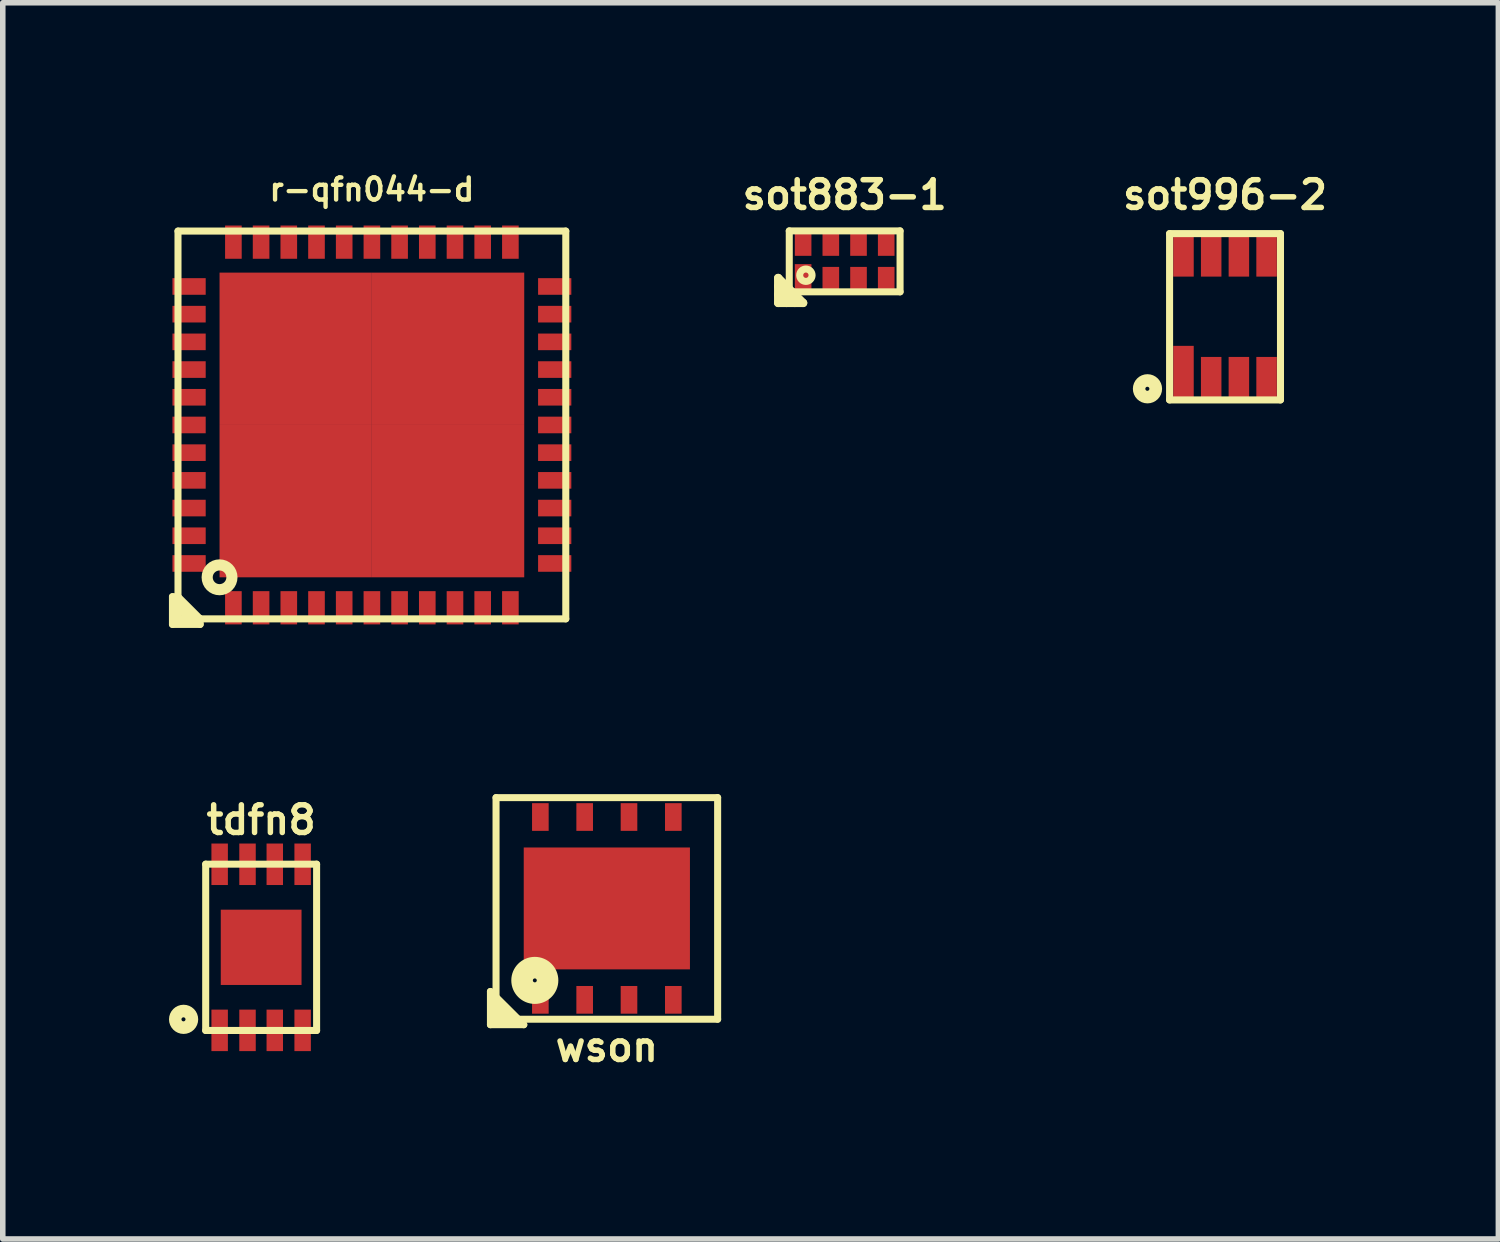
<source format=kicad_pcb>
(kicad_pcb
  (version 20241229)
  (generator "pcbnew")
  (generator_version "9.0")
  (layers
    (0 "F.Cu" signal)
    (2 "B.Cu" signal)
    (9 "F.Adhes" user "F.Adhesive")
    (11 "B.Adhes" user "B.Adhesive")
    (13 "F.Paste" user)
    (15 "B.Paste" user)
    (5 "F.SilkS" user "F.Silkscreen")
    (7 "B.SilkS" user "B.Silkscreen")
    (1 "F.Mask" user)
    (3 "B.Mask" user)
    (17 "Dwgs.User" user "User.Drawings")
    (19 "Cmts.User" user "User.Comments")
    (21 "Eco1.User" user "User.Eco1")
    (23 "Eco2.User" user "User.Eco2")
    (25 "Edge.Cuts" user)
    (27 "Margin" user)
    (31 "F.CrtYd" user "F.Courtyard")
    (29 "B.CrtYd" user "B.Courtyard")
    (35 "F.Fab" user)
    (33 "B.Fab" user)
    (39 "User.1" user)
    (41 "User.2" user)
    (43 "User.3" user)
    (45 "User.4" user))
  (footprint "r-qfn044-d"
    (layer "F.Cu")
    (at 3.663 4.621)
    (property "Reference" "r-qfn044-d" (at 0 -4.25 0) (layer "F.SilkS") (effects (font (size 0.399 0.399) (thickness 0.079))))
    (attr through_hole)
    (fp_line (start -3.6 3.1) (end -3.6 3.6) (stroke (width 0.127) (type solid)) (layer "F.SilkS"))
    (fp_line (start -3.6 3.6) (end -3.1 3.6) (stroke (width 0.127) (type solid)) (layer "F.SilkS"))
    (fp_line (start -3.5 -3.5) (end -3.5 3.5) (stroke (width 0.127) (type solid)) (layer "F.SilkS"))
    (fp_line (start -3.5 3.1) (end -3.6 3.1) (stroke (width 0.127) (type solid)) (layer "F.SilkS"))
    (fp_line (start -3.5 3.1) (end -3.1 3.5) (stroke (width 0.127) (type solid)) (layer "F.SilkS"))
    (fp_line (start -3.5 3.2) (end -3.5 3.3) (stroke (width 0.127) (type solid)) (layer "F.SilkS"))
    (fp_line (start -3.5 3.3) (end -3.3 3.5) (stroke (width 0.127) (type solid)) (layer "F.SilkS"))
    (fp_line (start -3.5 3.5) (end 3.5 3.5) (stroke (width 0.127) (type solid)) (layer "F.SilkS"))
    (fp_line (start -3.2 3.5) (end -3.5 3.2) (stroke (width 0.127) (type solid)) (layer "F.SilkS"))
    (fp_line (start -3.1 3.5) (end -3.2 3.5) (stroke (width 0.127) (type solid)) (layer "F.SilkS"))
    (fp_line (start -3.1 3.6) (end -3.1 3.5) (stroke (width 0.127) (type solid)) (layer "F.SilkS"))
    (fp_line (start 3.5 -3.5) (end -3.5 -3.5) (stroke (width 0.127) (type solid)) (layer "F.SilkS"))
    (fp_line (start 3.5 3.5) (end 3.5 -3.5) (stroke (width 0.127) (type solid)) (layer "F.SilkS"))
    (fp_circle (center -2.75 2.75) (end -2.55 2.85) (stroke (width 0.201) (type solid)) (fill no) (layer "F.SilkS"))
    (pad "1" smd rect (at -2.5 3.3) (size 0.3 0.6) (layers "F.Cu" "F.Mask" "F.Paste"))
    (pad "2" smd rect (at -2 3.3) (size 0.3 0.6) (layers "F.Cu" "F.Mask" "F.Paste"))
    (pad "3" smd rect (at -1.5 3.3) (size 0.3 0.6) (layers "F.Cu" "F.Mask" "F.Paste"))
    (pad "4" smd rect (at -1 3.3) (size 0.3 0.6) (layers "F.Cu" "F.Mask" "F.Paste"))
    (pad "5" smd rect (at -0.5 3.3) (size 0.3 0.6) (layers "F.Cu" "F.Mask" "F.Paste"))
    (pad "6" smd rect (at 0 3.3) (size 0.3 0.6) (layers "F.Cu" "F.Mask" "F.Paste"))
    (pad "7" smd rect (at 0.5 3.3) (size 0.3 0.6) (layers "F.Cu" "F.Mask" "F.Paste"))
    (pad "8" smd rect (at 1 3.3) (size 0.3 0.6) (layers "F.Cu" "F.Mask" "F.Paste"))
    (pad "9" smd rect (at 1.5 3.3) (size 0.3 0.6) (layers "F.Cu" "F.Mask" "F.Paste"))
    (pad "10" smd rect (at 2 3.3) (size 0.3 0.6) (layers "F.Cu" "F.Mask" "F.Paste"))
    (pad "11" smd rect (at 2.5 3.3) (size 0.3 0.6) (layers "F.Cu" "F.Mask" "F.Paste"))
    (pad "12" smd rect (at 3.3 2.5) (size 0.6 0.3) (layers "F.Cu" "F.Mask" "F.Paste"))
    (pad "13" smd rect (at 3.3 2) (size 0.6 0.3) (layers "F.Cu" "F.Mask" "F.Paste"))
    (pad "14" smd rect (at 3.3 1.5) (size 0.6 0.3) (layers "F.Cu" "F.Mask" "F.Paste"))
    (pad "15" smd rect (at 3.3 1) (size 0.6 0.3) (layers "F.Cu" "F.Mask" "F.Paste"))
    (pad "16" smd rect (at 3.3 0.5) (size 0.6 0.3) (layers "F.Cu" "F.Mask" "F.Paste"))
    (pad "17" smd rect (at 3.3 0) (size 0.6 0.3) (layers "F.Cu" "F.Mask" "F.Paste"))
    (pad "18" smd rect (at 3.3 -0.5) (size 0.6 0.3) (layers "F.Cu" "F.Mask" "F.Paste"))
    (pad "19" smd rect (at 3.3 -1) (size 0.6 0.3) (layers "F.Cu" "F.Mask" "F.Paste"))
    (pad "20" smd rect (at 3.3 -1.5) (size 0.6 0.3) (layers "F.Cu" "F.Mask" "F.Paste"))
    (pad "21" smd rect (at 3.3 -2) (size 0.6 0.3) (layers "F.Cu" "F.Mask" "F.Paste"))
    (pad "22" smd rect (at 3.3 -2.5) (size 0.6 0.3) (layers "F.Cu" "F.Mask" "F.Paste"))
    (pad "23" smd rect (at 2.5 -3.3) (size 0.3 0.6) (layers "F.Cu" "F.Mask" "F.Paste"))
    (pad "24" smd rect (at 2 -3.3) (size 0.3 0.6) (layers "F.Cu" "F.Mask" "F.Paste"))
    (pad "25" smd rect (at 1.5 -3.3) (size 0.3 0.6) (layers "F.Cu" "F.Mask" "F.Paste"))
    (pad "26" smd rect (at 1 -3.3) (size 0.3 0.6) (layers "F.Cu" "F.Mask" "F.Paste"))
    (pad "27" smd rect (at 0.5 -3.3) (size 0.3 0.6) (layers "F.Cu" "F.Mask" "F.Paste"))
    (pad "28" smd rect (at 0 -3.3) (size 0.3 0.6) (layers "F.Cu" "F.Mask" "F.Paste"))
    (pad "29" smd rect (at -0.5 -3.3) (size 0.3 0.6) (layers "F.Cu" "F.Mask" "F.Paste"))
    (pad "30" smd rect (at -1 -3.3) (size 0.3 0.6) (layers "F.Cu" "F.Mask" "F.Paste"))
    (pad "31" smd rect (at -1.5 -3.3) (size 0.3 0.6) (layers "F.Cu" "F.Mask" "F.Paste"))
    (pad "32" smd rect (at -2 -3.3) (size 0.3 0.6) (layers "F.Cu" "F.Mask" "F.Paste"))
    (pad "33" smd rect (at -2.5 -3.3) (size 0.3 0.6) (layers "F.Cu" "F.Mask" "F.Paste"))
    (pad "34" smd rect (at -3.3 -2.5) (size 0.6 0.3) (layers "F.Cu" "F.Mask" "F.Paste"))
    (pad "35" smd rect (at -3.3 -2) (size 0.6 0.3) (layers "F.Cu" "F.Mask" "F.Paste"))
    (pad "36" smd rect (at -3.3 -1.5) (size 0.6 0.3) (layers "F.Cu" "F.Mask" "F.Paste"))
    (pad "37" smd rect (at -3.3 -1) (size 0.6 0.3) (layers "F.Cu" "F.Mask" "F.Paste"))
    (pad "38" smd rect (at -3.3 -0.5) (size 0.6 0.3) (layers "F.Cu" "F.Mask" "F.Paste"))
    (pad "39" smd rect (at -3.3 0) (size 0.6 0.3) (layers "F.Cu" "F.Mask" "F.Paste"))
    (pad "40" smd rect (at -3.3 0.5) (size 0.6 0.3) (layers "F.Cu" "F.Mask" "F.Paste"))
    (pad "41" smd rect (at -3.3 1) (size 0.6 0.3) (layers "F.Cu" "F.Mask" "F.Paste"))
    (pad "42" smd rect (at -3.3 1.5) (size 0.6 0.3) (layers "F.Cu" "F.Mask" "F.Paste"))
    (pad "43" smd rect (at -3.3 2) (size 0.6 0.3) (layers "F.Cu" "F.Mask" "F.Paste"))
    (pad "44" smd rect (at -3.3 2.5) (size 0.6 0.3) (layers "F.Cu" "F.Mask" "F.Paste"))
    (pad "45" smd rect (at -1.375 -1.375) (size 2.75 2.75) (layers "F.Cu" "F.Mask" "F.Paste"))
    (pad "45" smd rect (at -1.375 1.375) (size 2.75 2.75) (layers "F.Cu" "F.Mask" "F.Paste"))
    (pad "45" smd rect (at 1.375 -1.375) (size 2.75 2.75) (layers "F.Cu" "F.Mask" "F.Paste"))
    (pad "45" smd rect (at 1.375 1.375) (size 2.75 2.75) (layers "F.Cu" "F.Mask" "F.Paste")))
  (footprint "tdfn8"
    (layer "F.Cu")
    (at 1.664 14.05)
    (property "Reference" "tdfn8" (at 0 -2.299 0) (layer "F.SilkS") (effects (font (size 0.5 0.5) (thickness 0.099))))
    (attr through_hole)
    (fp_line (start -1.001 -1.501) (end 1.001 -1.501) (stroke (width 0.127) (type solid)) (layer "F.SilkS"))
    (fp_line (start -1.001 1.501) (end -1.001 -1.501) (stroke (width 0.127) (type solid)) (layer "F.SilkS"))
    (fp_line (start -1.001 1.501) (end 1.001 1.501) (stroke (width 0.127) (type solid)) (layer "F.SilkS"))
    (fp_line (start 1.001 -1.501) (end 1.001 1.501) (stroke (width 0.127) (type solid)) (layer "F.SilkS"))
    (fp_circle (center -1.402 1.3) (end -1.402 1.4) (stroke (width 0.127) (type solid)) (fill no) (layer "F.SilkS"))
    (fp_circle (center -1.4 1.3) (end -1.6 1.3) (stroke (width 0.127) (type solid)) (fill no) (layer "F.SilkS"))
    (pad "1" smd rect (at -0.749 1.499) (size 0.297 0.749) (layers "F.Cu" "F.Mask" "F.Paste"))
    (pad "2" smd rect (at -0.246 1.499) (size 0.297 0.749) (layers "F.Cu" "F.Mask" "F.Paste"))
    (pad "3" smd rect (at 0.246 1.499) (size 0.297 0.749) (layers "F.Cu" "F.Mask" "F.Paste"))
    (pad "4" smd rect (at 0.749 1.499) (size 0.297 0.749) (layers "F.Cu" "F.Mask" "F.Paste"))
    (pad "5" smd rect (at 0.749 -1.499) (size 0.297 0.749) (layers "F.Cu" "F.Mask" "F.Paste"))
    (pad "6" smd rect (at 0.246 -1.499) (size 0.297 0.749) (layers "F.Cu" "F.Mask" "F.Paste"))
    (pad "7" smd rect (at -0.246 -1.499) (size 0.297 0.749) (layers "F.Cu" "F.Mask" "F.Paste"))
    (pad "8" smd rect (at -0.749 -1.499) (size 0.297 0.749) (layers "F.Cu" "F.Mask" "F.Paste"))
    (pad "9" smd rect (at 0 0) (size 1.458 1.359) (layers "F.Cu" "F.Mask" "F.Paste")))
  (footprint "sot996-2"
    (layer "F.Cu")
    (at 19.063 2.668)
    (property "Reference" "sot996-2" (at 0 -2.2 0) (layer "F.SilkS") (effects (font (size 0.5 0.5) (thickness 0.1))))
    (attr through_hole)
    (fp_line (start -1.001 -1.501) (end 1.001 -1.501) (stroke (width 0.127) (type solid)) (layer "F.SilkS"))
    (fp_line (start -1.001 1.501) (end -1.001 -1.501) (stroke (width 0.127) (type solid)) (layer "F.SilkS"))
    (fp_line (start -1.001 1.501) (end 1.001 1.501) (stroke (width 0.127) (type solid)) (layer "F.SilkS"))
    (fp_line (start 1.001 -1.501) (end 1.001 1.501) (stroke (width 0.127) (type solid)) (layer "F.SilkS"))
    (fp_circle (center -1.402 1.3) (end -1.402 1.4) (stroke (width 0.127) (type solid)) (fill no) (layer "F.SilkS"))
    (fp_circle (center -1.4 1.3) (end -1.6 1.3) (stroke (width 0.127) (type solid)) (fill no) (layer "F.SilkS"))
    (pad "1" smd rect (at -0.75 1.025) (size 0.37 1) (layers "F.Cu" "F.Mask" "F.Paste"))
    (pad "2" smd rect (at -0.25 1.125) (size 0.37 0.8) (layers "F.Cu" "F.Mask" "F.Paste"))
    (pad "3" smd rect (at 0.25 1.125) (size 0.37 0.8) (layers "F.Cu" "F.Mask" "F.Paste"))
    (pad "4" smd rect (at 0.75 1.125) (size 0.37 0.8) (layers "F.Cu" "F.Mask" "F.Paste"))
    (pad "5" smd rect (at 0.75 -1.125) (size 0.37 0.8) (layers "F.Cu" "F.Mask" "F.Paste"))
    (pad "6" smd rect (at 0.25 -1.125) (size 0.37 0.8) (layers "F.Cu" "F.Mask" "F.Paste"))
    (pad "7" smd rect (at -0.25 -1.125) (size 0.37 0.8) (layers "F.Cu" "F.Mask" "F.Paste"))
    (pad "8" smd rect (at -0.75 -1.125) (size 0.37 0.8) (layers "F.Cu" "F.Mask" "F.Paste")))
  (footprint "sot883-1"
    (layer "F.Cu")
    (at 12.197 1.668)
    (property "Reference" "sot883-1" (at 0 -1.2 0) (layer "F.SilkS") (effects (font (size 0.5 0.5) (thickness 0.1))))
    (attr through_hole)
    (fp_line (start -1.2 0.3) (end -1.2 0.75) (stroke (width 0.15) (type solid)) (layer "F.SilkS"))
    (fp_line (start -1.2 0.75) (end -0.75 0.75) (stroke (width 0.15) (type solid)) (layer "F.SilkS"))
    (fp_line (start -1.05 0.75) (end -1.2 0.6) (stroke (width 0.15) (type solid)) (layer "F.SilkS"))
    (fp_line (start -1 -0.55) (end 1 -0.55) (stroke (width 0.127) (type solid)) (layer "F.SilkS"))
    (fp_line (start -1 0.55) (end -1 -0.55) (stroke (width 0.127) (type solid)) (layer "F.SilkS"))
    (fp_line (start -0.9 0.75) (end -1.2 0.45) (stroke (width 0.15) (type solid)) (layer "F.SilkS"))
    (fp_line (start -0.75 0.75) (end -1.2 0.3) (stroke (width 0.15) (type solid)) (layer "F.SilkS"))
    (fp_line (start 1 -0.55) (end 1 0.55) (stroke (width 0.127) (type solid)) (layer "F.SilkS"))
    (fp_line (start 1 0.55) (end -1 0.55) (stroke (width 0.127) (type solid)) (layer "F.SilkS"))
    (fp_circle (center -0.7 0.25) (end -0.8 0.3) (stroke (width 0.127) (type solid)) (fill no) (layer "F.SilkS"))
    (pad "1" smd rect (at -0.75 0.275) (size 0.3 0.45) (layers "F.Cu" "F.Mask" "F.Paste"))
    (pad "2" smd rect (at -0.25 0.3) (size 0.3 0.4) (layers "F.Cu" "F.Mask" "F.Paste"))
    (pad "3" smd rect (at 0.25 0.3) (size 0.3 0.4) (layers "F.Cu" "F.Mask" "F.Paste"))
    (pad "4" smd rect (at 0.75 0.3) (size 0.3 0.4) (layers "F.Cu" "F.Mask" "F.Paste"))
    (pad "5" smd rect (at 0.75 -0.3) (size 0.3 0.4) (layers "F.Cu" "F.Mask" "F.Paste"))
    (pad "6" smd rect (at 0.25 -0.3) (size 0.3 0.4) (layers "F.Cu" "F.Mask" "F.Paste"))
    (pad "7" smd rect (at -0.25 -0.3) (size 0.3 0.4) (layers "F.Cu" "F.Mask" "F.Paste"))
    (pad "8" smd rect (at -0.75 -0.3) (size 0.3 0.4) (layers "F.Cu" "F.Mask" "F.Paste")))
  (footprint "wson"
    (layer "F.Cu")
    (at 7.904 13.348)
    (property "Reference" "wson" (at 0 2.5 0) (layer "F.SilkS") (effects (font (size 0.5 0.5) (thickness 0.099))))
    (attr through_hole)
    (fp_line (start -2.101 1.499) (end -2.101 2.099) (stroke (width 0.127) (type solid)) (layer "F.SilkS"))
    (fp_line (start -2.101 2.099) (end -1.499 2.099) (stroke (width 0.127) (type solid)) (layer "F.SilkS"))
    (fp_line (start -2 -2) (end 2 -2) (stroke (width 0.127) (type solid)) (layer "F.SilkS"))
    (fp_line (start -2 2) (end -2 -2) (stroke (width 0.127) (type solid)) (layer "F.SilkS"))
    (fp_line (start -1.999 1.799) (end -1.801 2) (stroke (width 0.127) (type solid)) (layer "F.SilkS"))
    (fp_line (start -1.9 2) (end -1.999 1.901) (stroke (width 0.127) (type solid)) (layer "F.SilkS"))
    (fp_line (start -1.7 2) (end -1.999 1.7) (stroke (width 0.127) (type solid)) (layer "F.SilkS"))
    (fp_line (start -1.499 2.099) (end -2.101 1.499) (stroke (width 0.127) (type solid)) (layer "F.SilkS"))
    (fp_line (start 2 -2) (end 2 2) (stroke (width 0.127) (type solid)) (layer "F.SilkS"))
    (fp_line (start 2 2) (end -2 2) (stroke (width 0.127) (type solid)) (layer "F.SilkS"))
    (fp_circle (center -1.3 1.299) (end -1.6 1.299) (stroke (width 0.127) (type solid)) (fill no) (layer "F.SilkS"))
    (fp_circle (center -1.3 1.299) (end -1.6 1.299) (stroke (width 0.127) (type solid)) (fill no) (layer "F.SilkS"))
    (fp_circle (center -1.3 1.299) (end -1.6 1.5) (stroke (width 0.127) (type solid)) (fill no) (layer "F.SilkS"))
    (fp_circle (center -1.3 1.299) (end -1.501 1.299) (stroke (width 0.127) (type solid)) (fill no) (layer "F.SilkS"))
    (fp_circle (center -1.3 1.299) (end -1.399 1.299) (stroke (width 0.127) (type solid)) (fill no) (layer "F.SilkS"))
    (pad "1" smd rect (at -1.2 1.65) (size 0.3 0.5) (layers "F.Cu" "F.Mask" "F.Paste"))
    (pad "2" smd rect (at -0.4 1.65) (size 0.3 0.5) (layers "F.Cu" "F.Mask" "F.Paste"))
    (pad "3" smd rect (at 0.4 1.65) (size 0.3 0.5) (layers "F.Cu" "F.Mask" "F.Paste"))
    (pad "4" smd rect (at 1.2 1.65) (size 0.3 0.5) (layers "F.Cu" "F.Mask" "F.Paste"))
    (pad "5" smd rect (at 1.2 -1.65) (size 0.3 0.5) (layers "F.Cu" "F.Mask" "F.Paste"))
    (pad "6" smd rect (at 0.4 -1.65) (size 0.3 0.5) (layers "F.Cu" "F.Mask" "F.Paste"))
    (pad "7" smd rect (at -0.4 -1.65) (size 0.3 0.5) (layers "F.Cu" "F.Mask" "F.Paste"))
    (pad "8" smd rect (at -1.2 -1.65) (size 0.3 0.5) (layers "F.Cu" "F.Mask" "F.Paste"))
    (pad "9" smd rect (at 0 0) (size 3 2.2) (layers "F.Cu" "F.Mask" "F.Paste")))
  (gr_rect
    (start -3 -3)
    (end 23.997 19.315)
    (stroke (width 0.1) (type default))
    (fill no)
    (layer "Edge.Cuts")))
</source>
